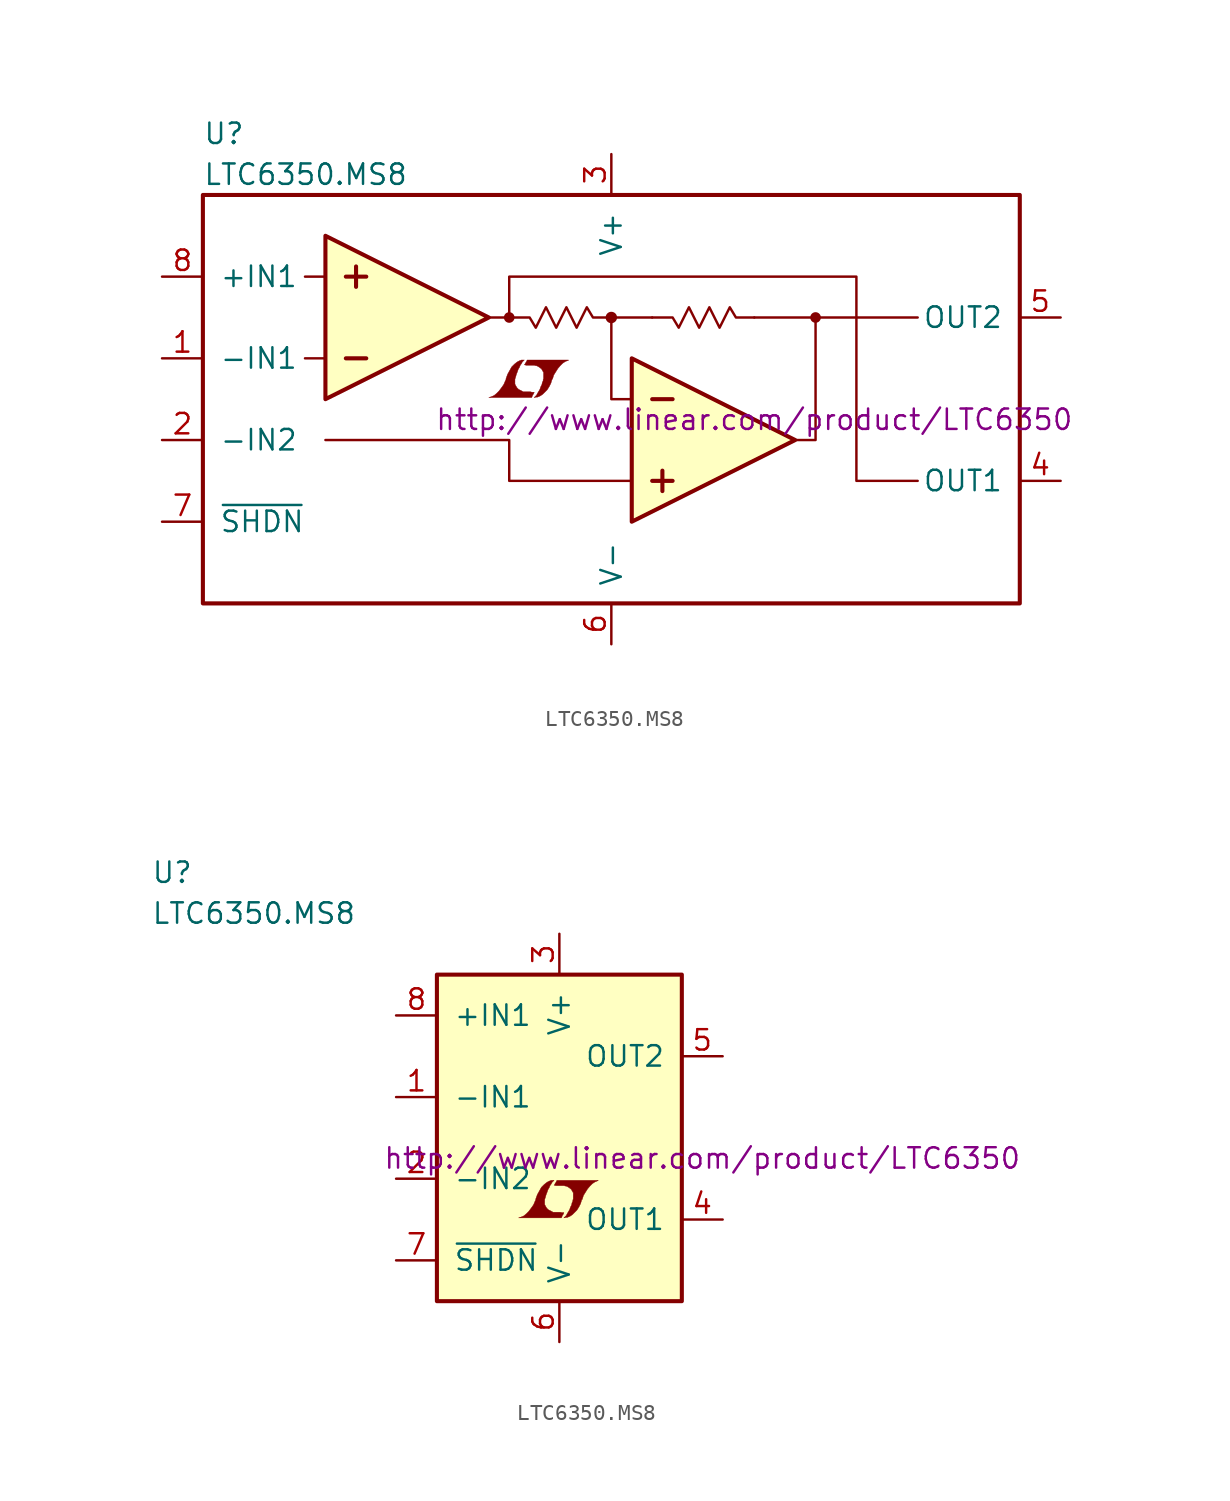
<source format=kicad_sym>
(kicad_symbol_lib
  (version 20201005)
  (generator kicad_symbol_editor)
  (symbol "LTC6350.MS8"
    (pin_names
      (offset 1.016))
    (property "Reference" "U"
      (at -25.4 16.51 0)
      (effects (font (size 1.27 1.27)) (justify left)))
    (property "Value" "LTC6350.MS8"
      (at -25.4 13.97 0)
      (effects (font (size 1.27 1.27)) (justify left)))
    (property "Datasheet" "http://www.linear.com/product/LTC6350"
      (at 8.89 -1.27 0)
      (effects (font (size 1.27 1.27))))
    (symbol "LTC6350.MS8_0_1"
      (circle (center -6.35 5.08) (radius 0.254) (stroke (width 0)) (fill (type outline)))
      (circle (center 0 5.08) (radius 0.279) (stroke (width 0)) (fill (type outline)))
      (circle (center 12.7 5.08) (radius 0.254) (stroke (width 0)) (fill (type outline)))
      (rectangle (start -25.4 12.7) (end 25.4 -12.7) (stroke (width 0.254)) (fill (type none)))
      (polyline (pts (xy -19.05 2.54) (xy -17.78 2.54)) (stroke (width 0)) (fill (type none)))
      (polyline (pts (xy -19.05 7.62) (xy -17.78 7.62)) (stroke (width 0)) (fill (type none)))
      (polyline (pts (xy -16.51 2.54) (xy -15.24 2.54)) (stroke (width 0.254)) (fill (type none)))
      (polyline (pts (xy -16.51 7.62) (xy -15.24 7.62)) (stroke (width 0.254)) (fill (type none)))
      (polyline (pts (xy -15.875 6.985) (xy -15.875 8.255)) (stroke (width 0.254)) (fill (type none)))
      (polyline (pts (xy 2.54 -5.08) (xy 3.81 -5.08)) (stroke (width 0.254)) (fill (type none)))
      (polyline (pts (xy 2.54 0) (xy 3.81 0)) (stroke (width 0.254)) (fill (type none)))
      (polyline (pts (xy 3.175 -4.445) (xy 3.175 -5.715)) (stroke (width 0.254)) (fill (type none)))
      (polyline (pts (xy 8.89 5.08) (xy 19.05 5.08)) (stroke (width 0)) (fill (type none)))
      (polyline (pts (xy 11.43 -2.54) (xy 12.7 -2.54) (xy 12.7 5.08)) (stroke (width 0)) (fill (type none)))
      (polyline (pts (xy -17.78 -2.54) (xy -6.35 -2.54) (xy -6.35 -5.08) (xy 1.27 -5.08)) (stroke (width 0)) (fill (type none)))
      (polyline (pts (xy -17.78 10.16) (xy -17.78 0) (xy -7.62 5.08) (xy -17.78 10.16)) (stroke (width 0.254)) (fill (type background)))
      (polyline (pts (xy 1.27 -7.62) (xy 1.27 2.54) (xy 11.43 -2.54) (xy 1.27 -7.62)) (stroke (width 0.254)) (fill (type background)))
      (polyline (pts (xy 2.54 5.08) (xy 0 5.08) (xy 0 0) (xy 1.27 0)) (stroke (width 0)) (fill (type none)))
      (polyline (pts (xy 19.05 -5.08) (xy 15.24 -5.08) (xy 15.24 7.62) (xy -6.35 7.62) (xy -6.35 5.08) (xy -7.62 5.08)) (stroke (width 0)) (fill (type none)))
      (polyline (pts (xy -6.35 5.08) (xy -5.08 5.08) (xy -4.699 4.445) (xy -4.064 5.715) (xy -3.429 4.445) (xy -2.794 5.715) (xy -2.159 4.445) (xy -1.524 5.715) (xy -1.143 5.08) (xy 0 5.08)) (stroke (width 0)) (fill (type none)))
      (polyline (pts (xy 2.54 5.08) (xy 3.81 5.08) (xy 4.191 4.445) (xy 4.826 5.715) (xy 5.461 4.445) (xy 6.096 5.715) (xy 6.731 4.445) (xy 7.366 5.715) (xy 7.747 5.08) (xy 8.89 5.08)) (stroke (width 0)) (fill (type none)))
      (polyline (pts (xy -4.877 0.279) (xy -4.851 0.305) (xy -4.801 0.406) (xy -4.801 0.432) (xy -4.928 0.432) (xy -5.029 0.457) (xy -5.486 0.457) (xy -5.512 0.483) (xy -5.766 0.61) (xy -5.867 0.711) (xy -5.944 0.838) (xy -5.994 0.94) (xy -5.994 1.245) (xy -5.944 1.397) (xy -5.918 1.499) (xy -5.893 1.575) (xy -5.842 1.702) (xy -5.791 1.854) (xy -5.715 1.981) (xy -5.664 2.108) (xy -5.588 2.21) (xy -5.537 2.311) (xy -5.41 2.438) (xy -5.588 2.438) (xy -5.715 2.388) (xy -5.817 2.337) (xy -5.893 2.286) (xy -6.02 2.184) (xy -6.198 2.007) (xy -6.452 1.549) (xy -6.553 1.27) (xy -6.553 1.219) (xy -6.604 1.118) (xy -6.655 0.991) (xy -6.706 0.889) (xy -6.833 0.711) (xy -6.985 0.508) (xy -7.137 0.356) (xy -7.29 0.229) (xy -7.468 0.152) (xy -7.62 0.102) (xy -4.953 0.102) (xy -4.877 0.279)) (stroke (width 0.025)) (fill (type outline)))
      (polyline (pts (xy -4.674 0.127) (xy -4.597 0.127) (xy -4.42 0.203) (xy -4.267 0.305) (xy -3.988 0.584) (xy -3.861 0.787) (xy -3.759 0.991) (xy -3.683 1.245) (xy -3.658 1.245) (xy -3.581 1.499) (xy -3.327 1.905) (xy -3.175 2.083) (xy -3.023 2.235) (xy -2.87 2.337) (xy -2.692 2.413) (xy -2.667 2.413) (xy -2.667 2.438) (xy -5.232 2.438) (xy -5.309 2.286) (xy -5.334 2.261) (xy -5.385 2.159) (xy -5.41 2.134) (xy -5.359 2.134) (xy -5.309 2.108) (xy -4.775 2.108) (xy -4.724 2.083) (xy -4.674 2.083) (xy -4.597 2.057) (xy -4.47 1.981) (xy -4.343 1.88) (xy -4.267 1.753) (xy -4.242 1.702) (xy -4.216 1.676) (xy -4.216 1.27) (xy -4.242 1.219) (xy -4.242 1.143) (xy -4.293 1.041) (xy -4.318 0.914) (xy -4.394 0.762) (xy -4.445 0.61) (xy -4.597 0.356) (xy -4.648 0.254) (xy -4.801 0.102) (xy -4.674 0.127)) (stroke (width 0.025)) (fill (type outline))))
    (symbol "LTC6350.MS8_0_2"
      (rectangle (start -7.62 10.16) (end 7.62 -10.16) (stroke (width 0.254)) (fill (type background)))
      (polyline (pts (xy 0.203 -4.801) (xy 0.229 -4.775) (xy 0.279 -4.674) (xy 0.279 -4.648) (xy 0.152 -4.648) (xy 0.051 -4.623) (xy -0.406 -4.623) (xy -0.432 -4.597) (xy -0.686 -4.47) (xy -0.787 -4.369) (xy -0.864 -4.242) (xy -0.914 -4.14) (xy -0.914 -3.835) (xy -0.864 -3.683) (xy -0.838 -3.581) (xy -0.813 -3.505) (xy -0.762 -3.378) (xy -0.711 -3.226) (xy -0.635 -3.099) (xy -0.584 -2.972) (xy -0.508 -2.87) (xy -0.457 -2.769) (xy -0.33 -2.642) (xy -0.508 -2.642) (xy -0.635 -2.692) (xy -0.737 -2.743) (xy -0.813 -2.794) (xy -0.94 -2.896) (xy -1.118 -3.073) (xy -1.372 -3.531) (xy -1.473 -3.81) (xy -1.473 -3.861) (xy -1.524 -3.962) (xy -1.575 -4.089) (xy -1.626 -4.191) (xy -1.753 -4.369) (xy -1.905 -4.572) (xy -2.057 -4.724) (xy -2.21 -4.851) (xy -2.388 -4.928) (xy -2.54 -4.978) (xy 0.127 -4.978) (xy 0.203 -4.801)) (stroke (width 0.025)) (fill (type outline)))
      (polyline (pts (xy 0.406 -4.953) (xy 0.483 -4.953) (xy 0.66 -4.877) (xy 0.813 -4.775) (xy 1.092 -4.496) (xy 1.219 -4.293) (xy 1.321 -4.089) (xy 1.397 -3.835) (xy 1.422 -3.835) (xy 1.499 -3.581) (xy 1.753 -3.175) (xy 1.905 -2.997) (xy 2.057 -2.845) (xy 2.21 -2.743) (xy 2.388 -2.667) (xy 2.413 -2.667) (xy 2.413 -2.642) (xy -0.152 -2.642) (xy -0.229 -2.794) (xy -0.254 -2.819) (xy -0.305 -2.921) (xy -0.33 -2.946) (xy -0.279 -2.946) (xy -0.229 -2.972) (xy 0.305 -2.972) (xy 0.356 -2.997) (xy 0.406 -2.997) (xy 0.483 -3.023) (xy 0.61 -3.099) (xy 0.737 -3.2) (xy 0.813 -3.327) (xy 0.838 -3.378) (xy 0.864 -3.404) (xy 0.864 -3.81) (xy 0.838 -3.861) (xy 0.838 -3.937) (xy 0.787 -4.039) (xy 0.762 -4.166) (xy 0.686 -4.318) (xy 0.635 -4.47) (xy 0.483 -4.724) (xy 0.432 -4.826) (xy 0.279 -4.978) (xy 0.406 -4.953)) (stroke (width 0.025)) (fill (type outline))))
    (symbol "LTC6350.MS8_1_1"
      (pin input line (at -27.94 2.54 0) (length 2.54) (name "-IN1" (effects (font (size 1.27 1.27)))) (number "1" (effects (font (size 1.27 1.27)))))
      (pin input line (at -27.94 -2.54 0) (length 2.54) (name "-IN2" (effects (font (size 1.27 1.27)))) (number "2" (effects (font (size 1.27 1.27)))))
      (pin power_in line (at 0 15.24 270) (length 2.54) (name "V+" (effects (font (size 1.27 1.27)))) (number "3" (effects (font (size 1.27 1.27)))))
      (pin output line (at 27.94 -5.08 180) (length 2.54) (name "OUT1" (effects (font (size 1.27 1.27)))) (number "4" (effects (font (size 1.27 1.27)))))
      (pin output line (at 27.94 5.08 180) (length 2.54) (name "OUT2" (effects (font (size 1.27 1.27)))) (number "5" (effects (font (size 1.27 1.27)))))
      (pin power_in line (at 0 -15.24 90) (length 2.54) (name "V-" (effects (font (size 1.27 1.27)))) (number "6" (effects (font (size 1.27 1.27)))))
      (pin input line (at -27.94 -7.62 0) (length 2.54) (name "~SHDN~" (effects (font (size 1.27 1.27)))) (number "7" (effects (font (size 1.27 1.27)))))
      (pin input line (at -27.94 7.62 0) (length 2.54) (name "+IN1" (effects (font (size 1.27 1.27)))) (number "8" (effects (font (size 1.27 1.27))))))
    (symbol "LTC6350.MS8_1_2"
      (pin input line (at -10.16 2.54 0) (length 2.54) (name "-IN1" (effects (font (size 1.27 1.27)))) (number "1" (effects (font (size 1.27 1.27)))))
      (pin input line (at -10.16 -2.54 0) (length 2.54) (name "-IN2" (effects (font (size 1.27 1.27)))) (number "2" (effects (font (size 1.27 1.27)))))
      (pin power_in line (at 0 12.7 270) (length 2.54) (name "V+" (effects (font (size 1.27 1.27)))) (number "3" (effects (font (size 1.27 1.27)))))
      (pin output line (at 10.16 -5.08 180) (length 2.54) (name "OUT1" (effects (font (size 1.27 1.27)))) (number "4" (effects (font (size 1.27 1.27)))))
      (pin output line (at 10.16 5.08 180) (length 2.54) (name "OUT2" (effects (font (size 1.27 1.27)))) (number "5" (effects (font (size 1.27 1.27)))))
      (pin power_in line (at 0 -12.7 90) (length 2.54) (name "V-" (effects (font (size 1.27 1.27)))) (number "6" (effects (font (size 1.27 1.27)))))
      (pin input line (at -10.16 -7.62 0) (length 2.54) (name "~SHDN~" (effects (font (size 1.27 1.27)))) (number "7" (effects (font (size 1.27 1.27)))))
      (pin input line (at -10.16 7.62 0) (length 2.54) (name "+IN1" (effects (font (size 1.27 1.27)))) (number "8" (effects (font (size 1.27 1.27))))))))
</source>
